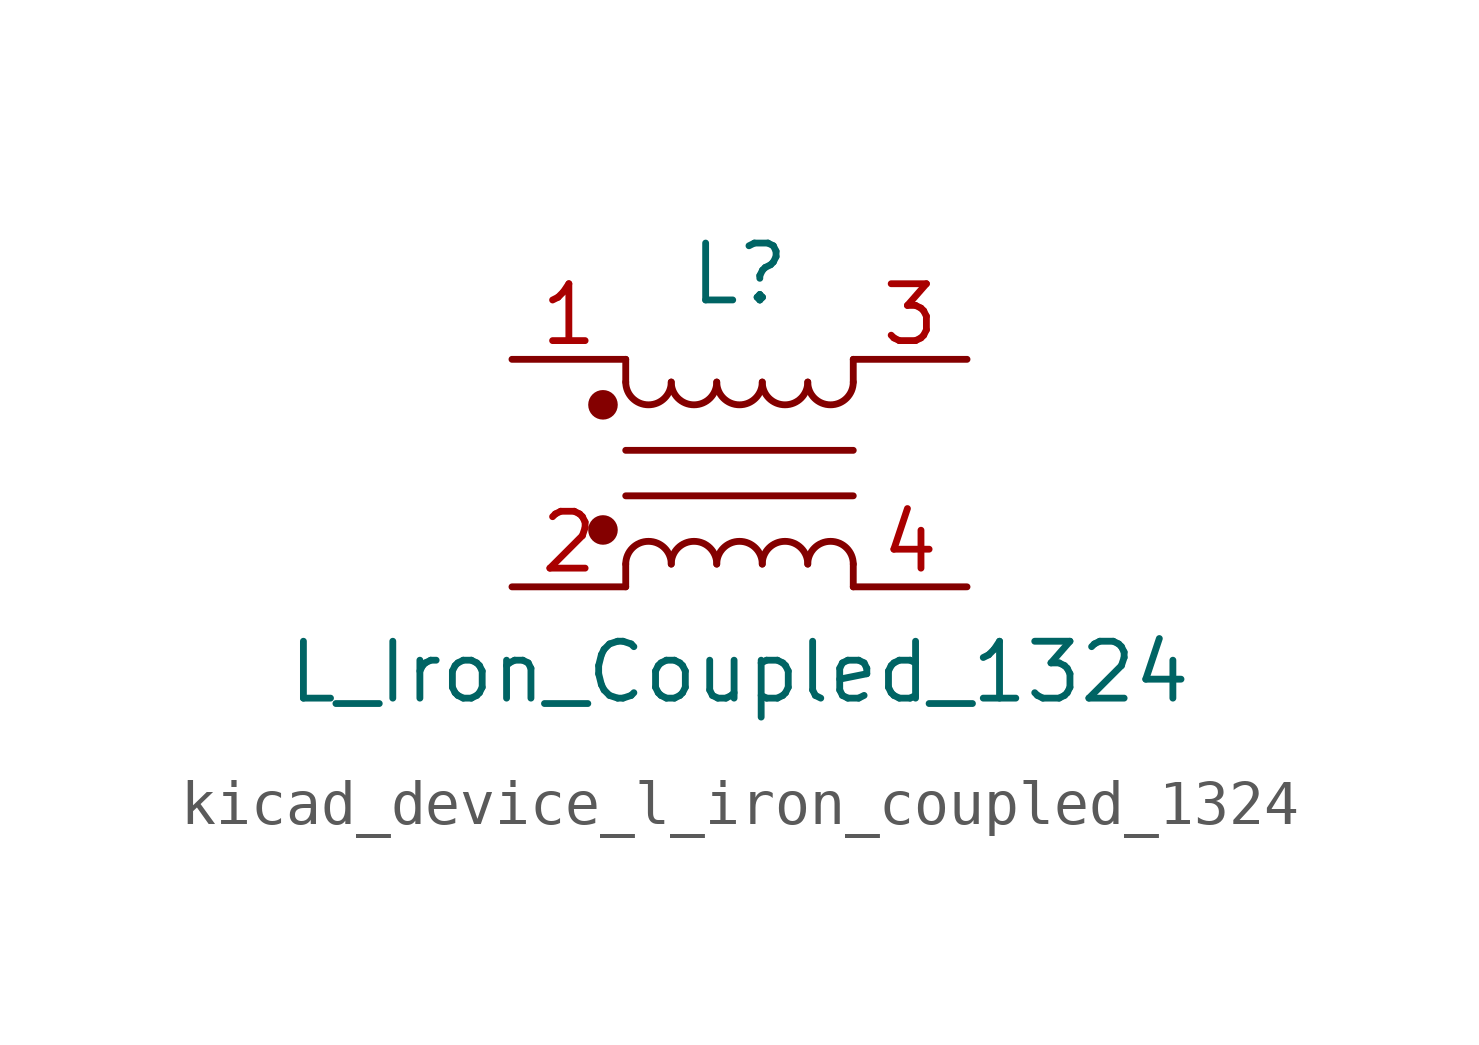
<source format=kicad_sym>
(kicad_symbol_lib
  (version 20220914)
  (generator kicad_symbol_editor)
  (symbol "kicad_device_l_iron_coupled_1324"
    (pin_names
      (offset 0.254) hide)
    (property "Reference" "L"
      (at 0 4.445 0)
      (effects (font (size 1.27 1.27))))
    (property "Value" "L_Iron_Coupled_1324"
      (at 0 -4.445 0)
      (effects (font (size 1.27 1.27))))
    (symbol "kicad_device_l_iron_coupled_1324_0_1"
      (circle (center -3.048 -1.27) (radius 0.254) (stroke (width 0) (type default)) (fill (type outline)))
      (circle (center -3.048 1.524) (radius 0.254) (stroke (width 0) (type default)) (fill (type outline)))
      (arc (start -2.54 2.032) (mid -2.032 1.5262) (end -1.524 2.032) (stroke (width 0) (type default)) (fill (type none)))
      (arc (start -1.524 -2.032) (mid -2.032 -1.5262) (end -2.54 -2.032) (stroke (width 0) (type default)) (fill (type none)))
      (arc (start -1.524 2.032) (mid -1.016 1.5262) (end -0.508 2.032) (stroke (width 0) (type default)) (fill (type none)))
      (arc (start -0.508 -2.032) (mid -1.016 -1.5262) (end -1.524 -2.032) (stroke (width 0) (type default)) (fill (type none)))
      (arc (start -0.508 2.032) (mid 0 1.5262) (end 0.508 2.032) (stroke (width 0) (type default)) (fill (type none)))
      (polyline (pts (xy -2.54 -2.032) (xy -2.54 -2.54)) (stroke (width 0) (type default)) (fill (type none)))
      (polyline (pts (xy -2.54 0.508) (xy 2.54 0.508)) (stroke (width 0) (type default)) (fill (type none)))
      (polyline (pts (xy -2.54 2.032) (xy -2.54 2.54)) (stroke (width 0) (type default)) (fill (type none)))
      (polyline (pts (xy 2.54 -2.032) (xy 2.54 -2.54)) (stroke (width 0) (type default)) (fill (type none)))
      (polyline (pts (xy 2.54 -0.508) (xy -2.54 -0.508)) (stroke (width 0) (type default)) (fill (type none)))
      (polyline (pts (xy 2.54 2.54) (xy 2.54 2.032)) (stroke (width 0) (type default)) (fill (type none)))
      (arc (start 0.508 -2.032) (mid 0 -1.5262) (end -0.508 -2.032) (stroke (width 0) (type default)) (fill (type none)))
      (arc (start 0.508 2.032) (mid 1.016 1.5262) (end 1.524 2.032) (stroke (width 0) (type default)) (fill (type none)))
      (arc (start 1.524 -2.032) (mid 1.016 -1.5262) (end 0.508 -2.032) (stroke (width 0) (type default)) (fill (type none)))
      (arc (start 1.524 2.032) (mid 2.032 1.5262) (end 2.54 2.032) (stroke (width 0) (type default)) (fill (type none)))
      (arc (start 2.54 -2.032) (mid 2.032 -1.5262) (end 1.524 -2.032) (stroke (width 0) (type default)) (fill (type none))))
    (symbol "kicad_device_l_iron_coupled_1324_1_1"
      (pin passive line (at -5.08 2.54 0) (length 2.54) (name "1" (effects (font (size 1.27 1.27)))) (number "1" (effects (font (size 1.27 1.27)))))
      (pin passive line (at -5.08 -2.54 0) (length 2.54) (name "2" (effects (font (size 1.27 1.27)))) (number "2" (effects (font (size 1.27 1.27)))))
      (pin passive line (at 5.08 2.54 180) (length 2.54) (name "3" (effects (font (size 1.27 1.27)))) (number "3" (effects (font (size 1.27 1.27)))))
      (pin passive line (at 5.08 -2.54 180) (length 2.54) (name "4" (effects (font (size 1.27 1.27)))) (number "4" (effects (font (size 1.27 1.27))))))))
</source>
